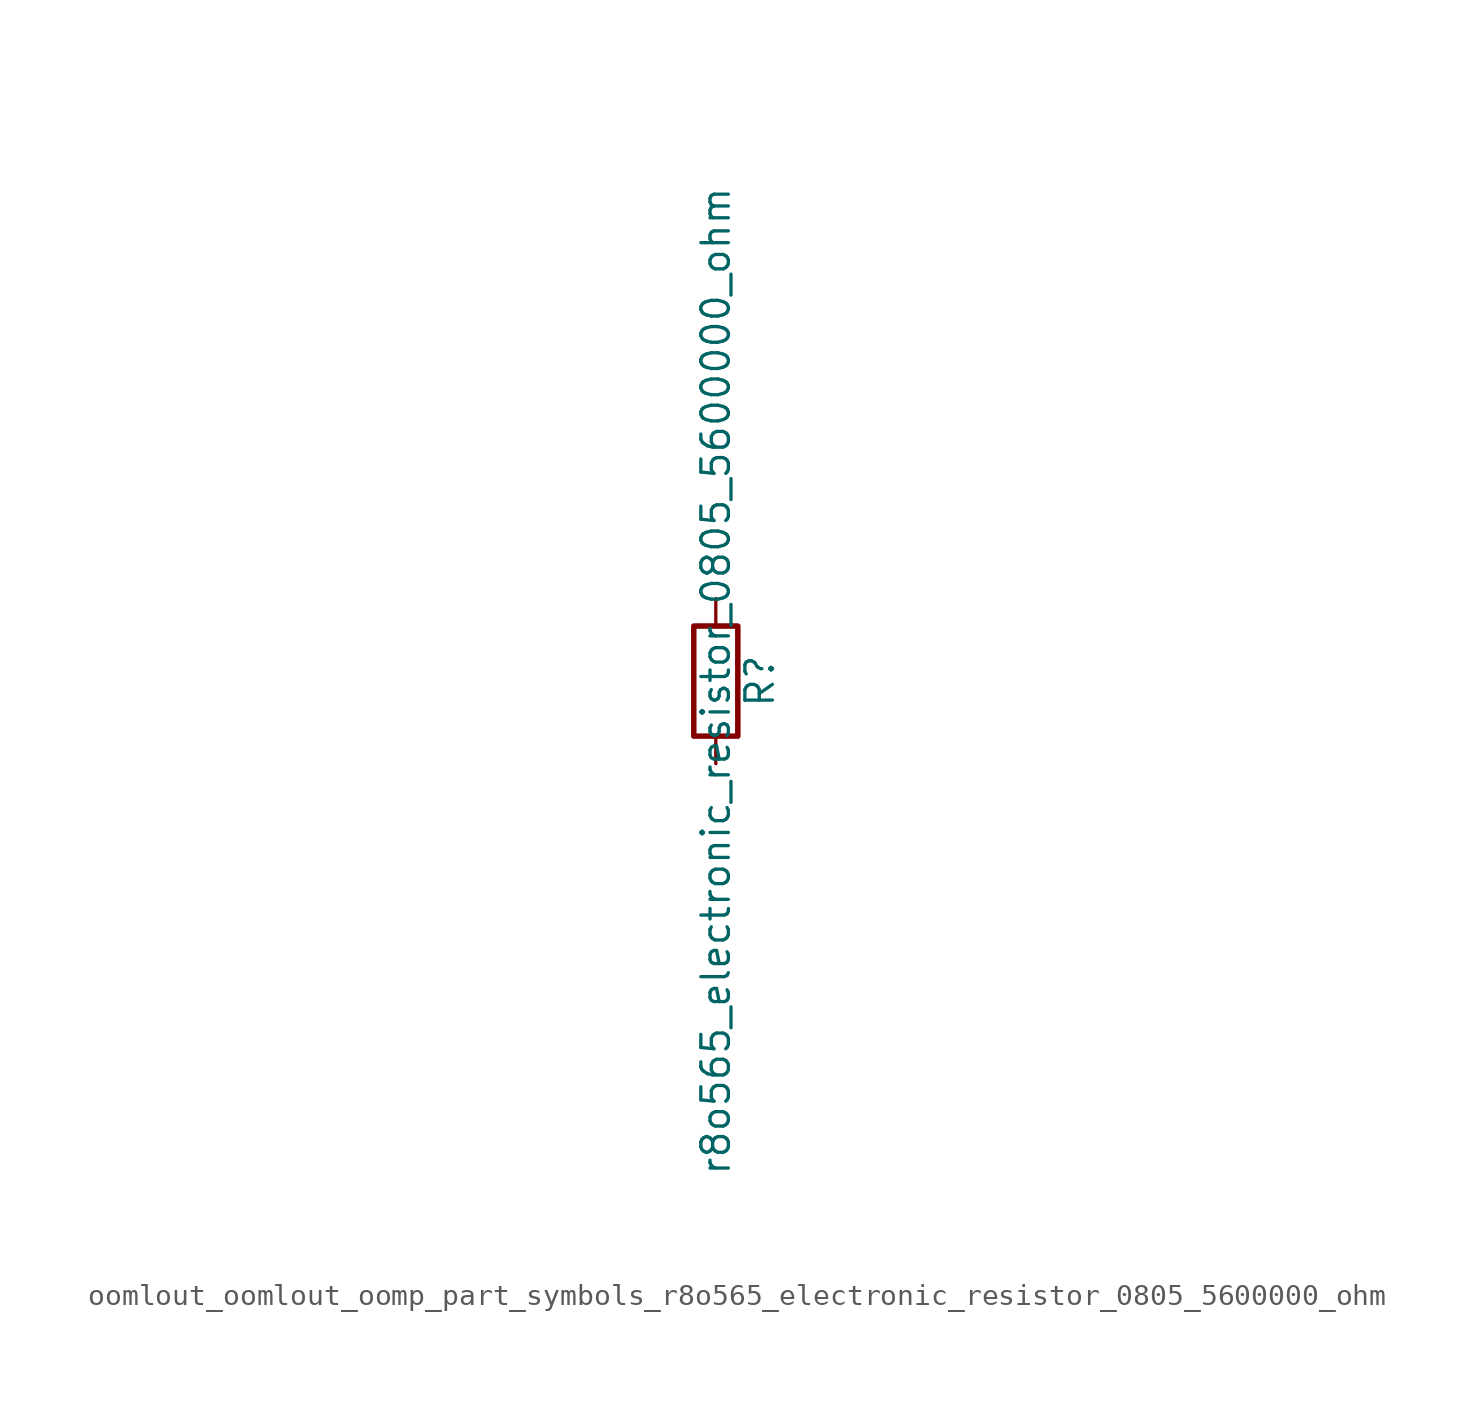
<source format=kicad_sym>
(kicad_symbol_lib
  (version 20220914)
  (generator kicad_symbol_editor)
  (symbol "oomlout_oomlout_oomp_part_symbols_r8o565_electronic_resistor_0805_5600000_ohm"
    (pin_numbers hide)
    (pin_names
      (offset 0))
    (property "Reference" "R"
      (at 2.032 0 90)
      (effects (font (size 1.27 1.27))))
    (property "Value" "r8o565_electronic_resistor_0805_5600000_ohm"
      (at 0 0 90)
      (effects (font (size 1.27 1.27))))
    (symbol "oomlout_oomlout_oomp_part_symbols_r8o565_electronic_resistor_0805_5600000_ohm_0_1"
      (rectangle (start -1.016 -2.54) (end 1.016 2.54) (stroke (width 0.254) (type default)) (fill (type none))))
    (symbol "oomlout_oomlout_oomp_part_symbols_r8o565_electronic_resistor_0805_5600000_ohm_1_1"
      (pin passive line (at 0 3.81 270) (length 1.27) (name "~" (effects (font (size 1.27 1.27)))) (number "1" (effects (font (size 1.27 1.27)))))
      (pin passive line (at 0 -3.81 90) (length 1.27) (name "~" (effects (font (size 1.27 1.27)))) (number "2" (effects (font (size 1.27 1.27))))))))
</source>
